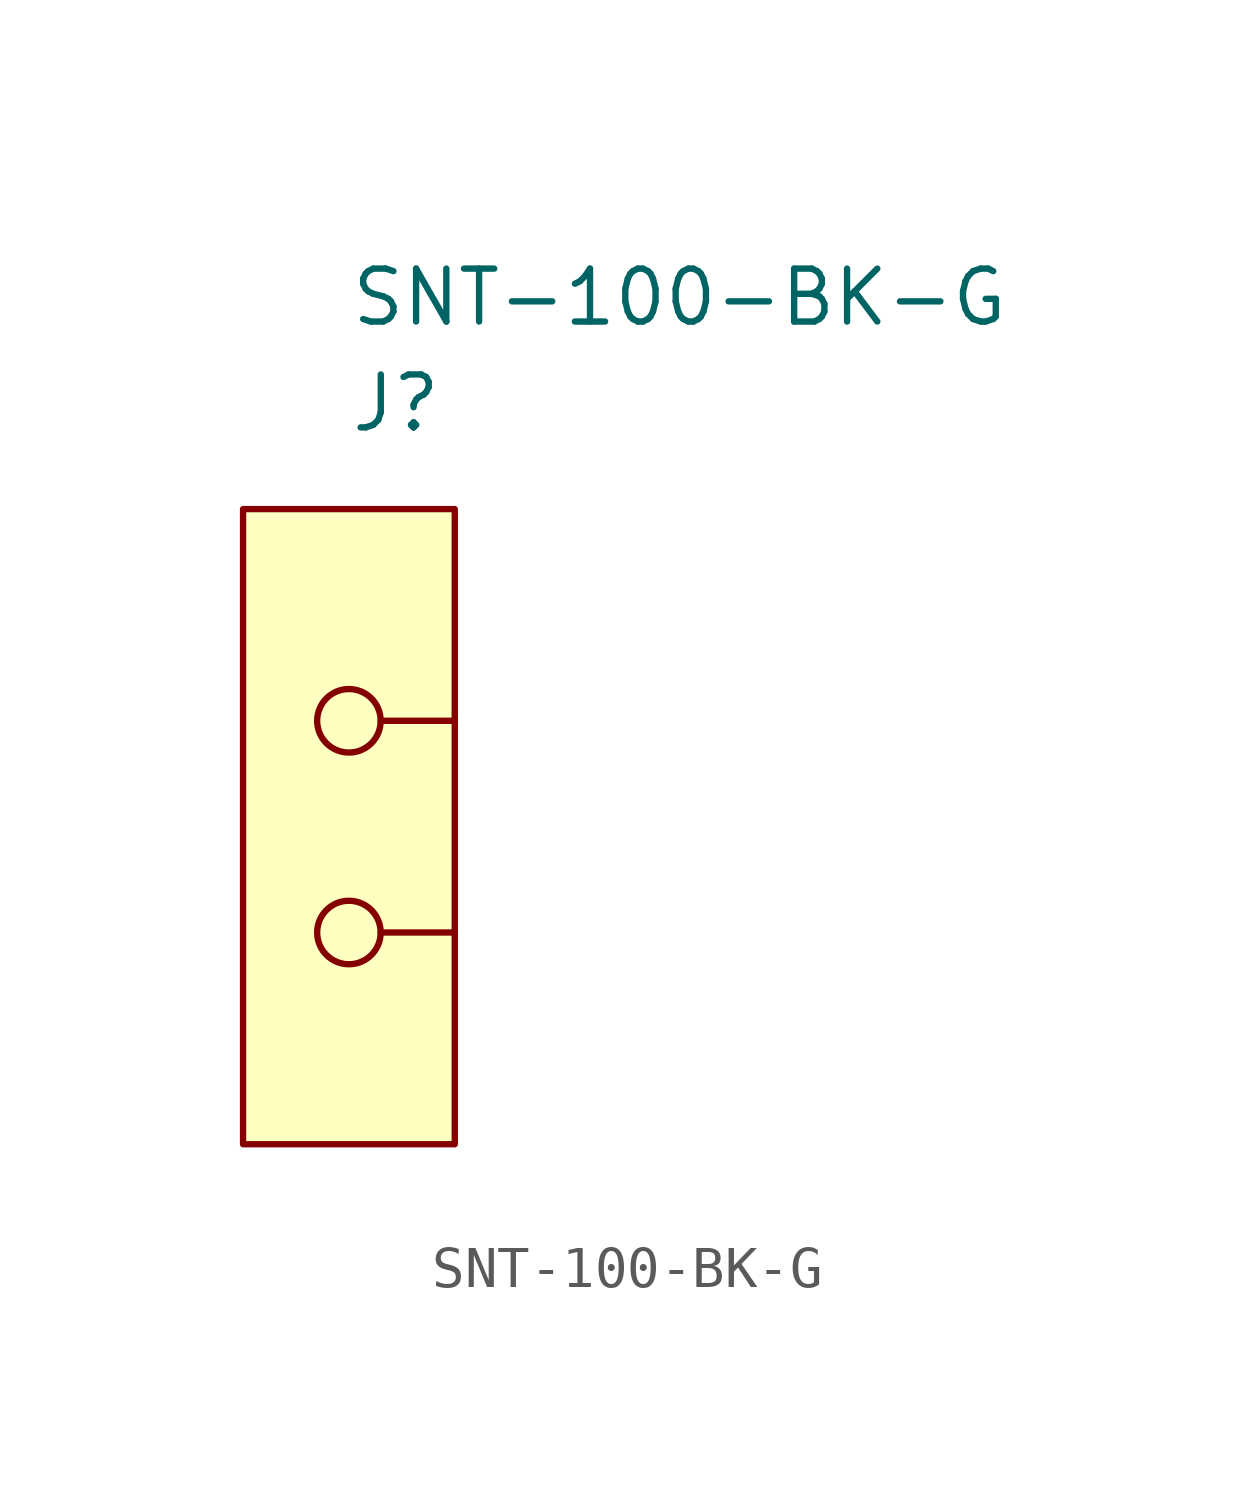
<source format=kicad_sym>
(kicad_symbol_lib
  (version 20211014)
  (generator kicad_symbol_editor)
  (symbol "SNT-100-BK-G"
    (pin_names
      (offset 0))
    (property "Reference" "J"
      (at 0 10.16 0)
      (effects (font (size 1.27 1.27)) (justify left)))
    (property "Value" "SNT-100-BK-G"
      (at 0 12.7 0)
      (effects (font (size 1.27 1.27)) (justify left)))
    (property "ki_locked" ""
      (at 0 0 0)
      (effects (font (size 1.27 1.27))))
    (symbol "SNT-100-BK-G_1_1"
      (rectangle (start -2.54 7.62) (end 2.54 -7.62) (stroke (width 0) (type default) (color 0 0 0 0)) (fill (type background)))
      (circle (center 0 -2.54) (radius 0.762) (stroke (width 0) (type default) (color 0 0 0 0)) (fill (type none)))
      (polyline (pts (xy 0.762 -2.54) (xy 2.54 -2.54)) (stroke (width 0) (type default) (color 0 0 0 0)) (fill (type none)))
      (polyline (pts (xy 0.762 2.54) (xy 2.54 2.54)) (stroke (width 0) (type default) (color 0 0 0 0)) (fill (type none)))
      (circle (center 0 2.54) (radius 0.762) (stroke (width 0) (type default) (color 0 0 0 0)) (fill (type none))))))
</source>
